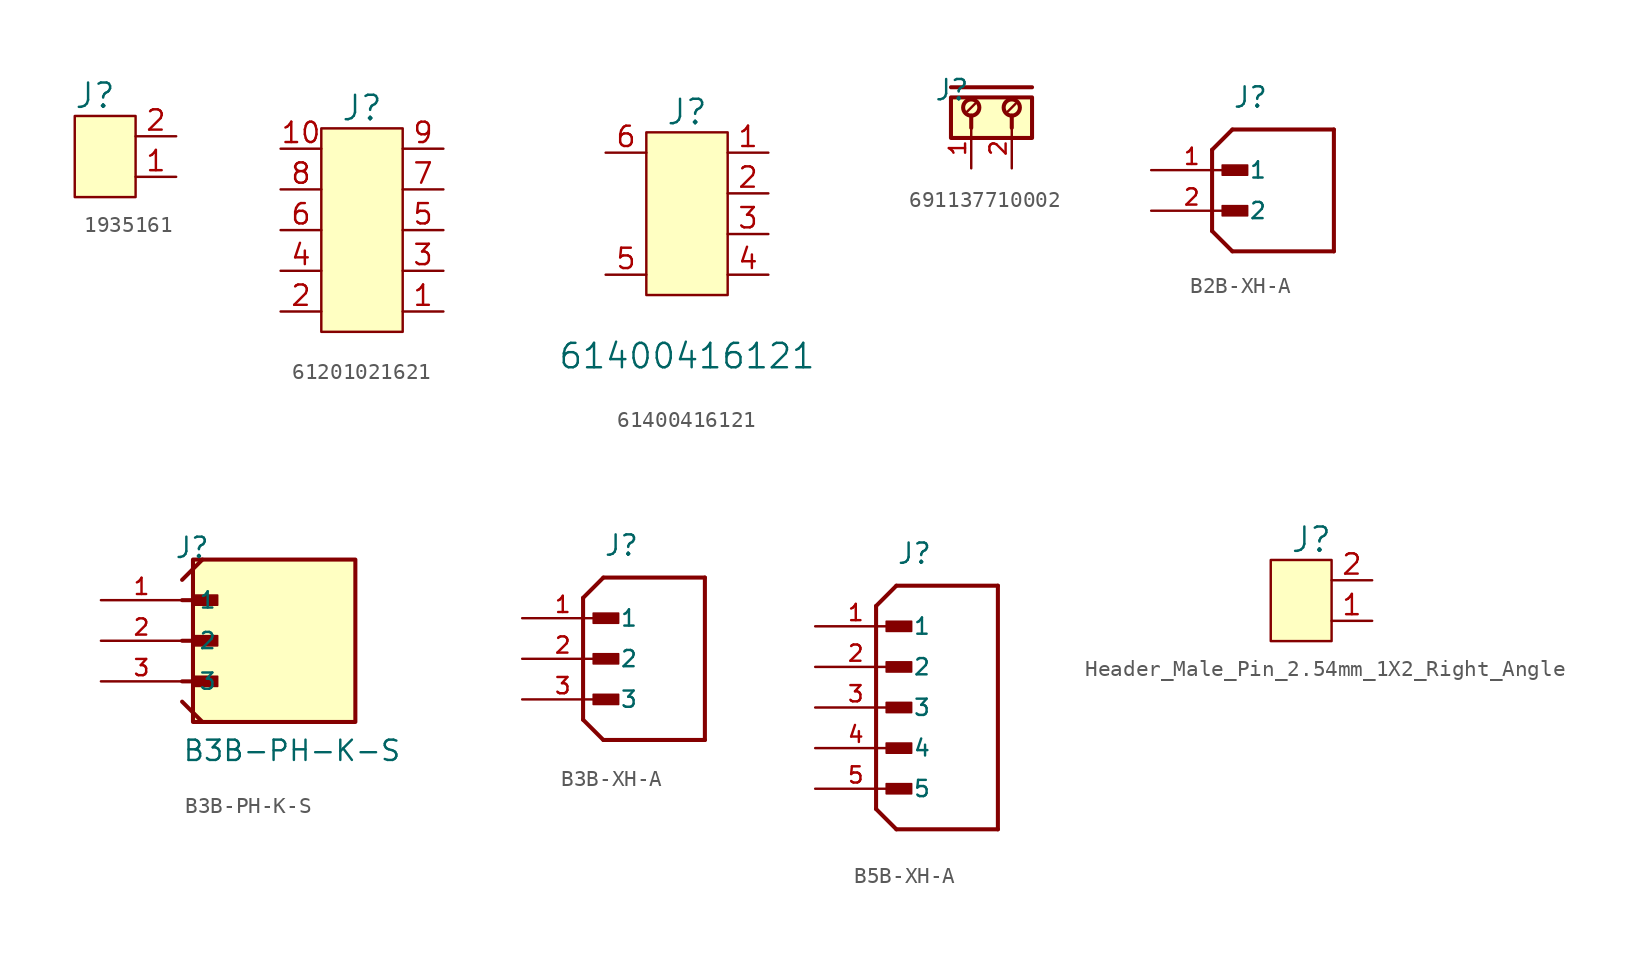
<source format=kicad_sym>
(kicad_symbol_lib
  (version 20241209)
  (generator "kicad_symbol_editor")
  (generator_version "9.0")
  (symbol "1935161"
    (pin_names
      (offset 0)
      (hide yes))
    (property "Reference" "J"
      (at -2.54 5.08 0)
      (effects (font (size 1.524 1.524))))
    (symbol "1935161_0_0"
      (rectangle (start -3.81 3.81) (end 0 -1.27) (stroke (width 0) (type default)) (fill (type background))))
    (symbol "1935161_1_1"
      (pin passive line (at 2.54 2.54 180) (length 2.54) (name "~" (effects (font (size 1.27 1.27)))) (number "2" (effects (font (size 1.27 1.27)))))
      (pin passive line (at 2.54 0 180) (length 2.54) (name "~" (effects (font (size 1.016 1.016)))) (number "1" (effects (font (size 1.27 1.27)))))))
  (symbol "61201021621"
    (pin_names
      (offset 0)
      (hide yes))
    (property "Reference" "J"
      (at 0 10.16 0)
      (effects (font (size 1.524 1.524))))
    (symbol "61201021621_0_0"
      (rectangle (start -2.54 8.89) (end 2.54 -3.81) (stroke (width 0) (type default)) (fill (type background))))
    (symbol "61201021621_1_1"
      (pin passive line (at -5.08 7.62 0) (length 2.54) (name "~" (effects (font (size 0.762 0.762)))) (number "10" (effects (font (size 1.27 1.27)))))
      (pin passive line (at -5.08 5.08 0) (length 2.54) (name "~" (effects (font (size 0.762 0.762)))) (number "8" (effects (font (size 1.27 1.27)))))
      (pin passive line (at -5.08 2.54 0) (length 2.54) (name "~" (effects (font (size 0.762 0.762)))) (number "6" (effects (font (size 1.27 1.27)))))
      (pin passive line (at -5.08 0 0) (length 2.54) (name "~" (effects (font (size 1.27 1.27)))) (number "4" (effects (font (size 1.27 1.27)))))
      (pin passive line (at -5.08 -2.54 0) (length 2.54) (name "~" (effects (font (size 1.016 1.016)))) (number "2" (effects (font (size 1.27 1.27)))))
      (pin passive line (at 5.08 7.62 180) (length 2.54) (name "~" (effects (font (size 0.889 0.889)))) (number "9" (effects (font (size 1.27 1.27)))))
      (pin passive line (at 5.08 5.08 180) (length 2.54) (name "~" (effects (font (size 0.889 0.889)))) (number "7" (effects (font (size 1.27 1.27)))))
      (pin passive line (at 5.08 2.54 180) (length 2.54) (name "~" (effects (font (size 0.889 0.889)))) (number "5" (effects (font (size 1.27 1.27)))))
      (pin passive line (at 5.08 0 180) (length 2.54) (name "~" (effects (font (size 1.27 1.27)))) (number "3" (effects (font (size 1.27 1.27)))))
      (pin passive line (at 5.08 -2.54 180) (length 2.54) (name "~" (effects (font (size 1.016 1.016)))) (number "1" (effects (font (size 1.27 1.27)))))))
  (symbol "61400416121"
    (pin_names
      (offset 0)
      (hide yes))
    (property "Reference" "J"
      (at 0 7.62 0)
      (effects (font (size 1.524 1.524))))
    (property "Value" "61400416121"
      (at 0 -7.62 0)
      (effects (font (size 1.524 1.524))))
    (symbol "61400416121_0_1"
      (rectangle (start -2.54 6.35) (end 2.54 -3.81) (stroke (width 0) (type default)) (fill (type background))))
    (symbol "61400416121_1_1"
      (pin input line (at -5.08 5.08 0) (length 2.54) (name "6" (effects (font (size 1.27 1.27)))) (number "6" (effects (font (size 1.27 1.27)))))
      (pin input line (at -5.08 -2.54 0) (length 2.54) (name "5" (effects (font (size 1.27 1.27)))) (number "5" (effects (font (size 1.27 1.27)))))
      (pin input line (at 5.08 5.08 180) (length 2.54) (name "1" (effects (font (size 1.27 1.27)))) (number "1" (effects (font (size 1.27 1.27)))))
      (pin input line (at 5.08 2.54 180) (length 2.54) (name "2" (effects (font (size 1.27 1.27)))) (number "2" (effects (font (size 1.27 1.27)))))
      (pin input line (at 5.08 0 180) (length 2.54) (name "3" (effects (font (size 1.27 1.27)))) (number "3" (effects (font (size 1.27 1.27)))))
      (pin input line (at 5.08 -2.54 180) (length 2.54) (name "4" (effects (font (size 1.27 1.27)))) (number "4" (effects (font (size 1.27 1.27)))))))
  (symbol "691137710002"
    (pin_names
      (offset 1.016)
      (hide yes))
    (property "Reference" "J"
      (at -4.877 -0.914 0)
      (effects (font (size 1.27 1.27)) (justify left bottom)))
    (symbol "691137710002_0_0"
      (polyline (pts (xy -3.81 0) (xy 1.27 0)) (stroke (width 0.254) (type solid)) (fill (type none)))
      (rectangle (start -3.81 -3.175) (end 1.27 -0.635) (stroke (width 0.254) (type solid)) (fill (type background)))
      (circle (center -2.54 -1.27) (radius 0.508) (stroke (width 0.254) (type solid)) (fill (type none)))
      (polyline (pts (xy -2.54 -1.778) (xy -2.54 -2.54)) (stroke (width 0.254) (type solid)) (fill (type none)))
      (polyline (pts (xy -2.286 -1.016) (xy -2.794 -1.524)) (stroke (width 0.152) (type solid)) (fill (type none)))
      (circle (center 0 -1.27) (radius 0.508) (stroke (width 0.254) (type solid)) (fill (type none)))
      (polyline (pts (xy 0 -1.778) (xy 0 -2.54)) (stroke (width 0.254) (type solid)) (fill (type none)))
      (polyline (pts (xy 0.254 -1.016) (xy -0.254 -1.524)) (stroke (width 0.152) (type solid)) (fill (type none)))
      (pin passive line (at -2.54 -5.08 90) (length 2.54) (name "~" (effects (font (size 1.016 1.016)))) (number "1" (effects (font (size 1.016 1.016)))))
      (pin passive line (at 0 -5.08 90) (length 2.54) (name "~" (effects (font (size 1.016 1.016)))) (number "2" (effects (font (size 1.016 1.016)))))))
  (symbol "B2B-XH-A"
    (pin_names
      (offset 1.016))
    (property "Reference" "J"
      (at -2.54 6.35 0)
      (effects (font (size 1.27 1.27)) (justify left bottom)))
    (symbol "B2B-XH-A_0_0"
      (polyline (pts (xy -3.81 3.81) (xy -3.81 -1.27)) (stroke (width 0.254) (type default)) (fill (type none)))
      (polyline (pts (xy -3.81 3.81) (xy -2.54 5.08)) (stroke (width 0.254) (type default)) (fill (type none)))
      (polyline (pts (xy -3.81 -1.27) (xy -2.54 -2.54)) (stroke (width 0.254) (type default)) (fill (type none)))
      (rectangle (start -3.175 2.223) (end -1.587 2.857) (stroke (width 0.1) (type default)) (fill (type outline)))
      (rectangle (start -3.175 -0.318) (end -1.587 0.318) (stroke (width 0.1) (type default)) (fill (type outline)))
      (polyline (pts (xy -2.54 -2.54) (xy 3.81 -2.54)) (stroke (width 0.254) (type default)) (fill (type none)))
      (polyline (pts (xy 3.81 5.08) (xy -2.54 5.08)) (stroke (width 0.254) (type default)) (fill (type none)))
      (polyline (pts (xy 3.81 -2.54) (xy 3.81 5.08)) (stroke (width 0.254) (type default)) (fill (type none)))
      (pin passive line (at -7.62 2.54 0) (length 5.08) (name "1" (effects (font (size 1.016 1.016)))) (number "1" (effects (font (size 1.016 1.016)))))
      (pin passive line (at -7.62 0 0) (length 5.08) (name "2" (effects (font (size 1.016 1.016)))) (number "2" (effects (font (size 1.016 1.016)))))))
  (symbol "B3B-PH-K-S"
    (pin_names
      (offset 1.016))
    (property "Reference" "J"
      (at -5.58 5.08 0)
      (effects (font (size 1.27 1.27)) (justify left bottom)))
    (property "Value" "B3B-PH-K-S"
      (at -5.08 -7.62 0)
      (effects (font (size 1.27 1.27)) (justify left bottom)))
    (symbol "B3B-PH-K-S_0_0"
      (polyline (pts (xy -5.08 3.81) (xy -3.81 5.08)) (stroke (width 0.254) (type default)) (fill (type none)))
      (polyline (pts (xy -5.08 2.54) (xy -3.175 2.54)) (stroke (width 0.254) (type default)) (fill (type none)))
      (polyline (pts (xy -5.08 0) (xy -3.175 0)) (stroke (width 0.254) (type default)) (fill (type none)))
      (polyline (pts (xy -5.08 -2.54) (xy -3.175 -2.54)) (stroke (width 0.254) (type default)) (fill (type none)))
      (polyline (pts (xy -5.08 -3.81) (xy -3.81 -5.08)) (stroke (width 0.254) (type default)) (fill (type none)))
      (rectangle (start -4.445 2.223) (end -2.857 2.857) (stroke (width 0.1) (type default)) (fill (type outline)))
      (rectangle (start -4.445 -0.318) (end -2.857 0.318) (stroke (width 0.1) (type default)) (fill (type outline)))
      (rectangle (start -4.445 -2.857) (end -2.857 -2.223) (stroke (width 0.1) (type default)) (fill (type outline)))
      (rectangle (start -4.4 -5.08) (end 5.76 5.08) (stroke (width 0.254) (type default)) (fill (type background)))
      (pin passive line (at -10.16 2.54 0) (length 5.08) (name "1" (effects (font (size 1.016 1.016)))) (number "1" (effects (font (size 1.016 1.016)))))
      (pin passive line (at -10.16 0 0) (length 5.08) (name "2" (effects (font (size 1.016 1.016)))) (number "2" (effects (font (size 1.016 1.016)))))
      (pin passive line (at -10.16 -2.54 0) (length 5.08) (name "3" (effects (font (size 1.016 1.016)))) (number "3" (effects (font (size 1.016 1.016)))))))
  (symbol "B3B-XH-A"
    (pin_names
      (offset 1.016))
    (property "Reference" "J"
      (at -2.54 6.35 0)
      (effects (font (size 1.27 1.27)) (justify left bottom)))
    (symbol "B3B-XH-A_0_0"
      (polyline (pts (xy -3.81 3.81) (xy -3.81 -3.81)) (stroke (width 0.254) (type default)) (fill (type none)))
      (polyline (pts (xy -3.81 3.81) (xy -2.54 5.08)) (stroke (width 0.254) (type default)) (fill (type none)))
      (polyline (pts (xy -3.81 -3.81) (xy -2.54 -5.08)) (stroke (width 0.254) (type default)) (fill (type none)))
      (rectangle (start -3.175 2.223) (end -1.587 2.857) (stroke (width 0.1) (type default)) (fill (type outline)))
      (rectangle (start -3.175 -0.318) (end -1.587 0.318) (stroke (width 0.1) (type default)) (fill (type outline)))
      (rectangle (start -3.175 -2.857) (end -1.587 -2.223) (stroke (width 0.1) (type default)) (fill (type outline)))
      (polyline (pts (xy -2.54 -5.08) (xy 3.81 -5.08)) (stroke (width 0.254) (type default)) (fill (type none)))
      (polyline (pts (xy 3.81 5.08) (xy -2.54 5.08)) (stroke (width 0.254) (type default)) (fill (type none)))
      (polyline (pts (xy 3.81 -5.08) (xy 3.81 5.08)) (stroke (width 0.254) (type default)) (fill (type none)))
      (pin passive line (at -7.62 2.54 0) (length 5.08) (name "1" (effects (font (size 1.016 1.016)))) (number "1" (effects (font (size 1.016 1.016)))))
      (pin passive line (at -7.62 0 0) (length 5.08) (name "2" (effects (font (size 1.016 1.016)))) (number "2" (effects (font (size 1.016 1.016)))))
      (pin passive line (at -7.62 -2.54 0) (length 5.08) (name "3" (effects (font (size 1.016 1.016)))) (number "3" (effects (font (size 1.016 1.016)))))))
  (symbol "B5B-XH-A"
    (pin_names
      (offset 1.016))
    (property "Reference" "J"
      (at -2.54 8.89 0)
      (effects (font (size 1.27 1.27)) (justify left bottom)))
    (symbol "B5B-XH-A_0_0"
      (polyline (pts (xy -3.81 6.35) (xy -3.81 -6.35)) (stroke (width 0.254) (type default)) (fill (type none)))
      (polyline (pts (xy -3.81 6.35) (xy -2.54 7.62)) (stroke (width 0.254) (type default)) (fill (type none)))
      (polyline (pts (xy -3.81 -6.35) (xy -2.54 -7.62)) (stroke (width 0.254) (type default)) (fill (type none)))
      (rectangle (start -3.175 4.763) (end -1.587 5.397) (stroke (width 0.1) (type default)) (fill (type outline)))
      (rectangle (start -3.175 2.223) (end -1.587 2.857) (stroke (width 0.1) (type default)) (fill (type outline)))
      (rectangle (start -3.175 -0.318) (end -1.587 0.318) (stroke (width 0.1) (type default)) (fill (type outline)))
      (rectangle (start -3.175 -2.857) (end -1.587 -2.223) (stroke (width 0.1) (type default)) (fill (type outline)))
      (rectangle (start -3.175 -5.397) (end -1.587 -4.763) (stroke (width 0.1) (type default)) (fill (type outline)))
      (polyline (pts (xy -2.54 -7.62) (xy 3.81 -7.62)) (stroke (width 0.254) (type default)) (fill (type none)))
      (polyline (pts (xy 3.81 7.62) (xy -2.54 7.62)) (stroke (width 0.254) (type default)) (fill (type none)))
      (polyline (pts (xy 3.81 -7.62) (xy 3.81 7.62)) (stroke (width 0.254) (type default)) (fill (type none)))
      (pin passive line (at -7.62 5.08 0) (length 5.08) (name "1" (effects (font (size 1.016 1.016)))) (number "1" (effects (font (size 1.016 1.016)))))
      (pin passive line (at -7.62 2.54 0) (length 5.08) (name "2" (effects (font (size 1.016 1.016)))) (number "2" (effects (font (size 1.016 1.016)))))
      (pin passive line (at -7.62 0 0) (length 5.08) (name "3" (effects (font (size 1.016 1.016)))) (number "3" (effects (font (size 1.016 1.016)))))
      (pin passive line (at -7.62 -2.54 0) (length 5.08) (name "4" (effects (font (size 1.016 1.016)))) (number "4" (effects (font (size 1.016 1.016)))))
      (pin passive line (at -7.62 -5.08 0) (length 5.08) (name "5" (effects (font (size 1.016 1.016)))) (number "5" (effects (font (size 1.016 1.016)))))))
  (symbol "Header_Male_Pin_2.54mm_1X2_Right_Angle"
    (pin_names
      (offset 0)
      (hide yes))
    (property "Reference" "J"
      (at -1.27 5.08 0)
      (effects (font (size 1.524 1.524))))
    (symbol "Header_Male_Pin_2.54mm_1X2_Right_Angle_0_0"
      (rectangle (start -3.81 3.81) (end 0 -1.27) (stroke (width 0) (type default)) (fill (type background))))
    (symbol "Header_Male_Pin_2.54mm_1X2_Right_Angle_1_1"
      (pin passive line (at 2.54 2.54 180) (length 2.54) (name "~" (effects (font (size 1.27 1.27)))) (number "2" (effects (font (size 1.27 1.27)))))
      (pin passive line (at 2.54 0 180) (length 2.54) (name "~" (effects (font (size 1.016 1.016)))) (number "1" (effects (font (size 1.27 1.27))))))))
</source>
